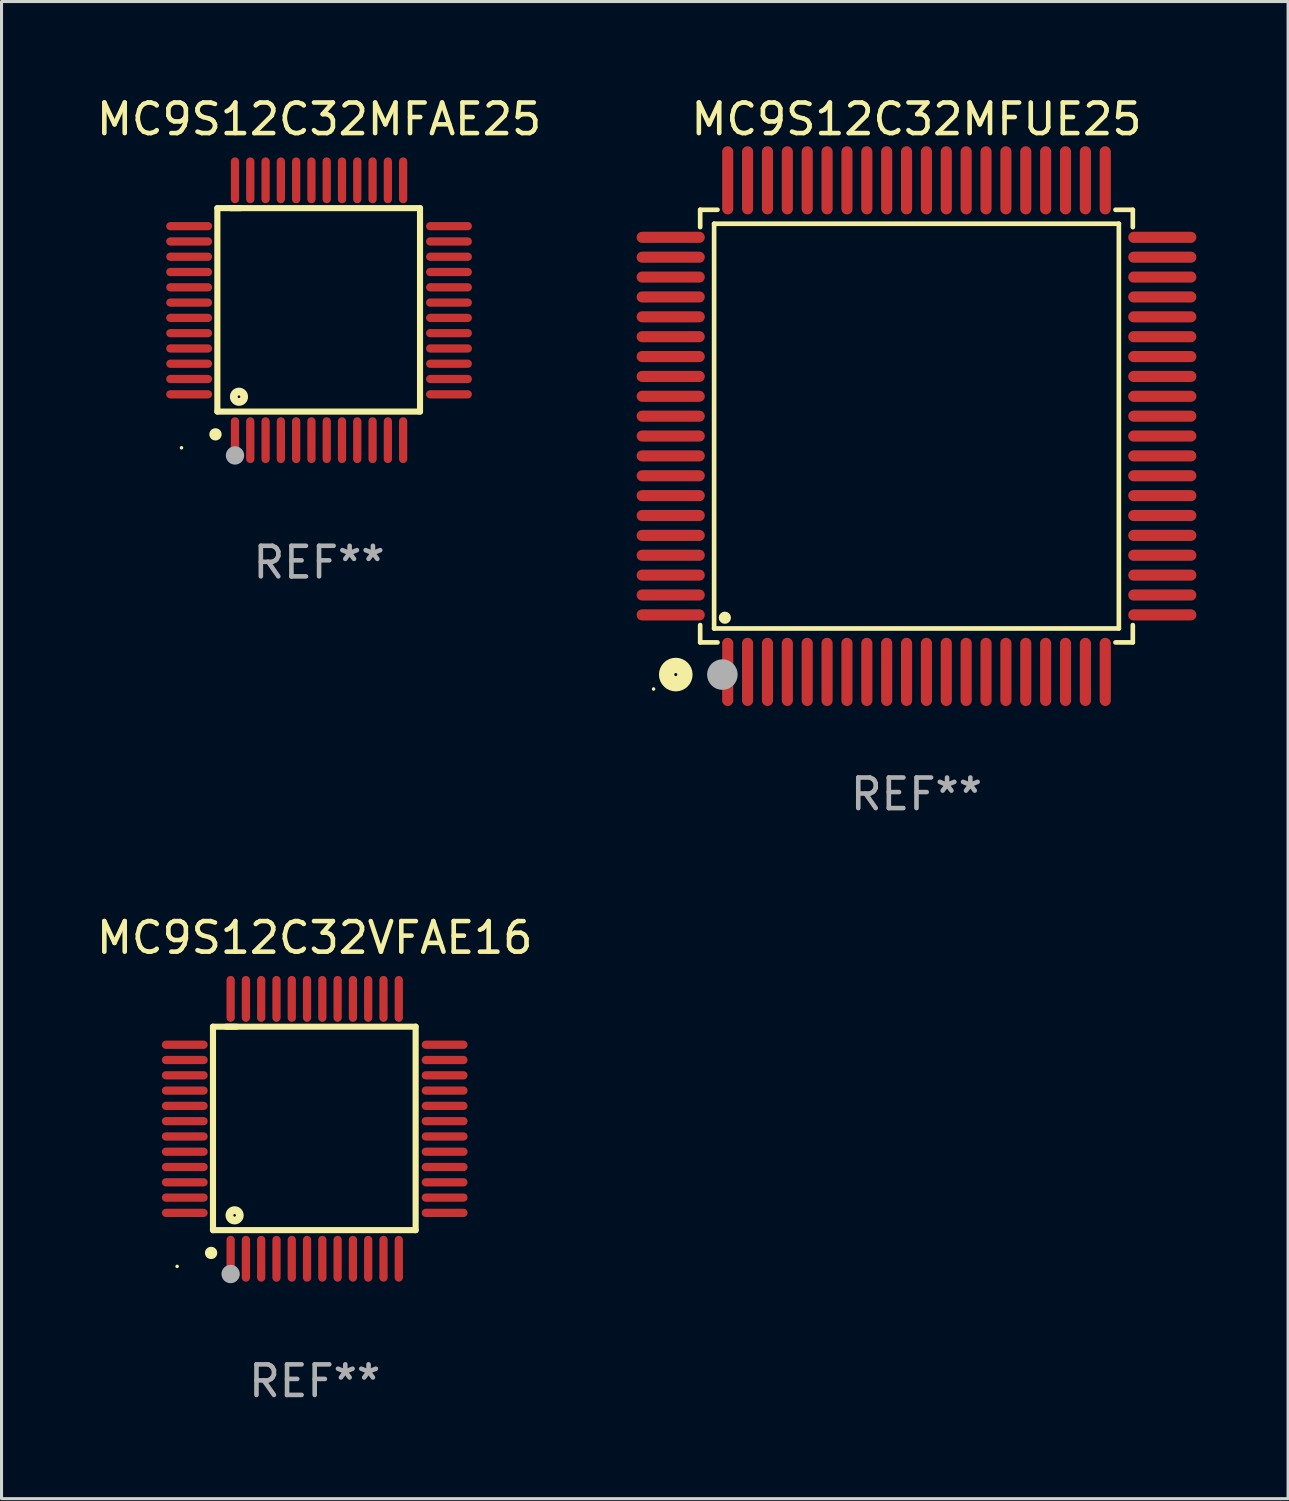
<source format=kicad_pcb>
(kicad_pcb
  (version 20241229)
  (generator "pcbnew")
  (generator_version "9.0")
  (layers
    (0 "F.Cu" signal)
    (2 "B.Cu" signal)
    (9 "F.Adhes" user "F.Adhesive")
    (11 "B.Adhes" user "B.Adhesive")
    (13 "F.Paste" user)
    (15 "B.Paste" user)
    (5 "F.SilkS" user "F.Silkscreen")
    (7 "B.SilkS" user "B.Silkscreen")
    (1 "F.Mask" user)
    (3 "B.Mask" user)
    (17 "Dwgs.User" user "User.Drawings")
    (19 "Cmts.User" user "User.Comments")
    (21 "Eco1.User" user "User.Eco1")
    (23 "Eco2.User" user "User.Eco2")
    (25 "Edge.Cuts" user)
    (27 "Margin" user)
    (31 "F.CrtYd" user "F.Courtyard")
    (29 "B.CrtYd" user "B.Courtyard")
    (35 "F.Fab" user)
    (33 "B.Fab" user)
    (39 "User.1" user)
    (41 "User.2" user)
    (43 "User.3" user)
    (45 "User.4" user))
  (footprint "MC9S12C32VFAE16"
    (layer "F.Cu")
    (at 7.244 33.874)
    (property "Reference" "MC9S12C32VFAE16" (at 0 -6.25 0) (layer "F.SilkS") (effects (font (size 1 1) (thickness 0.15))))
    (attr through_hole)
    (fp_line (start -3.327 -3.34) (end -2.565 -3.34) (stroke (width 0.2) (type solid)) (layer "F.SilkS"))
    (fp_line (start -3.327 3.315) (end -3.327 -3.34) (stroke (width 0.2) (type solid)) (layer "F.SilkS"))
    (fp_line (start -2.896 -3.34) (end 3.302 -3.34) (stroke (width 0.2) (type solid)) (layer "F.SilkS"))
    (fp_line (start 3.302 -3.34) (end 3.302 3.315) (stroke (width 0.2) (type solid)) (layer "F.SilkS"))
    (fp_line (start 3.302 3.315) (end -3.327 3.315) (stroke (width 0.2) (type solid)) (layer "F.SilkS"))
    (fp_arc (start -3.389992 4.059995) (mid -3.388722 4.059991) (end -3.387452 4.059995) (stroke (width 0.4) (type solid)) (layer "F.SilkS"))
    (fp_circle (center -4.5 4.5) (end -4.47 4.5) (stroke (width 0.06) (type solid)) (fill no) (layer "F.SilkS"))
    (fp_circle (center -2.62 2.83) (end -2.45 2.83) (stroke (width 0.254) (type solid)) (fill no) (layer "F.SilkS"))
    (fp_circle (center -2.75 4.75) (end -2.6 4.75) (stroke (width 0.3) (type solid)) (fill no) (layer "F.Fab"))
    (fp_text user "REF**" (at 0 8.25 0) (layer "F.Fab") (effects (font (size 1 1) (thickness 0.15))))
    (pad "1" smd oval (at -2.75 4.25) (size 0.27 1.5) (layers "F.Cu" "F.Mask" "F.Paste"))
    (pad "2" smd oval (at -2.25 4.25) (size 0.27 1.5) (layers "F.Cu" "F.Mask" "F.Paste"))
    (pad "3" smd oval (at -1.75 4.25) (size 0.27 1.5) (layers "F.Cu" "F.Mask" "F.Paste"))
    (pad "4" smd oval (at -1.25 4.25) (size 0.27 1.5) (layers "F.Cu" "F.Mask" "F.Paste"))
    (pad "5" smd oval (at -0.75 4.25) (size 0.27 1.5) (layers "F.Cu" "F.Mask" "F.Paste"))
    (pad "6" smd oval (at -0.25 4.25) (size 0.27 1.5) (layers "F.Cu" "F.Mask" "F.Paste"))
    (pad "7" smd oval (at 0.25 4.25) (size 0.27 1.5) (layers "F.Cu" "F.Mask" "F.Paste"))
    (pad "8" smd oval (at 0.75 4.25) (size 0.27 1.5) (layers "F.Cu" "F.Mask" "F.Paste"))
    (pad "9" smd oval (at 1.25 4.25) (size 0.27 1.5) (layers "F.Cu" "F.Mask" "F.Paste"))
    (pad "10" smd oval (at 1.75 4.25) (size 0.27 1.5) (layers "F.Cu" "F.Mask" "F.Paste"))
    (pad "11" smd oval (at 2.25 4.25) (size 0.27 1.5) (layers "F.Cu" "F.Mask" "F.Paste"))
    (pad "12" smd oval (at 2.75 4.25) (size 0.27 1.5) (layers "F.Cu" "F.Mask" "F.Paste"))
    (pad "13" smd oval (at 4.25 2.75) (size 1.5 0.27) (layers "F.Cu" "F.Mask" "F.Paste"))
    (pad "14" smd oval (at 4.25 2.25) (size 1.5 0.27) (layers "F.Cu" "F.Mask" "F.Paste"))
    (pad "15" smd oval (at 4.25 1.75) (size 1.5 0.27) (layers "F.Cu" "F.Mask" "F.Paste"))
    (pad "16" smd oval (at 4.25 1.25) (size 1.5 0.27) (layers "F.Cu" "F.Mask" "F.Paste"))
    (pad "17" smd oval (at 4.25 0.75) (size 1.5 0.27) (layers "F.Cu" "F.Mask" "F.Paste"))
    (pad "18" smd oval (at 4.25 0.25) (size 1.5 0.27) (layers "F.Cu" "F.Mask" "F.Paste"))
    (pad "19" smd oval (at 4.25 -0.25) (size 1.5 0.27) (layers "F.Cu" "F.Mask" "F.Paste"))
    (pad "20" smd oval (at 4.25 -0.75) (size 1.5 0.27) (layers "F.Cu" "F.Mask" "F.Paste"))
    (pad "21" smd oval (at 4.25 -1.25) (size 1.5 0.27) (layers "F.Cu" "F.Mask" "F.Paste"))
    (pad "22" smd oval (at 4.25 -1.75) (size 1.5 0.27) (layers "F.Cu" "F.Mask" "F.Paste"))
    (pad "23" smd oval (at 4.25 -2.25) (size 1.5 0.27) (layers "F.Cu" "F.Mask" "F.Paste"))
    (pad "24" smd oval (at 4.25 -2.75) (size 1.5 0.27) (layers "F.Cu" "F.Mask" "F.Paste"))
    (pad "25" smd oval (at 2.75 -4.25) (size 0.27 1.5) (layers "F.Cu" "F.Mask" "F.Paste"))
    (pad "26" smd oval (at 2.25 -4.25) (size 0.27 1.5) (layers "F.Cu" "F.Mask" "F.Paste"))
    (pad "27" smd oval (at 1.75 -4.25) (size 0.27 1.5) (layers "F.Cu" "F.Mask" "F.Paste"))
    (pad "28" smd oval (at 1.25 -4.25) (size 0.27 1.5) (layers "F.Cu" "F.Mask" "F.Paste"))
    (pad "29" smd oval (at 0.75 -4.25) (size 0.27 1.5) (layers "F.Cu" "F.Mask" "F.Paste"))
    (pad "30" smd oval (at 0.25 -4.25) (size 0.27 1.5) (layers "F.Cu" "F.Mask" "F.Paste"))
    (pad "31" smd oval (at -0.25 -4.25) (size 0.27 1.5) (layers "F.Cu" "F.Mask" "F.Paste"))
    (pad "32" smd oval (at -0.75 -4.25) (size 0.27 1.5) (layers "F.Cu" "F.Mask" "F.Paste"))
    (pad "33" smd oval (at -1.25 -4.25) (size 0.27 1.5) (layers "F.Cu" "F.Mask" "F.Paste"))
    (pad "34" smd oval (at -1.75 -4.25) (size 0.27 1.5) (layers "F.Cu" "F.Mask" "F.Paste"))
    (pad "35" smd oval (at -2.25 -4.25) (size 0.27 1.5) (layers "F.Cu" "F.Mask" "F.Paste"))
    (pad "36" smd oval (at -2.75 -4.25) (size 0.27 1.5) (layers "F.Cu" "F.Mask" "F.Paste"))
    (pad "37" smd oval (at -4.25 -2.75) (size 1.5 0.27) (layers "F.Cu" "F.Mask" "F.Paste"))
    (pad "38" smd oval (at -4.25 -2.25) (size 1.5 0.27) (layers "F.Cu" "F.Mask" "F.Paste"))
    (pad "39" smd oval (at -4.25 -1.75) (size 1.5 0.27) (layers "F.Cu" "F.Mask" "F.Paste"))
    (pad "40" smd oval (at -4.25 -1.25) (size 1.5 0.27) (layers "F.Cu" "F.Mask" "F.Paste"))
    (pad "41" smd oval (at -4.25 -0.75) (size 1.5 0.27) (layers "F.Cu" "F.Mask" "F.Paste"))
    (pad "42" smd oval (at -4.25 -0.25) (size 1.5 0.27) (layers "F.Cu" "F.Mask" "F.Paste"))
    (pad "43" smd oval (at -4.25 0.25) (size 1.5 0.27) (layers "F.Cu" "F.Mask" "F.Paste"))
    (pad "44" smd oval (at -4.25 0.75) (size 1.5 0.27) (layers "F.Cu" "F.Mask" "F.Paste"))
    (pad "45" smd oval (at -4.25 1.25) (size 1.5 0.27) (layers "F.Cu" "F.Mask" "F.Paste"))
    (pad "46" smd oval (at -4.25 1.75) (size 1.5 0.27) (layers "F.Cu" "F.Mask" "F.Paste"))
    (pad "47" smd oval (at -4.25 2.25) (size 1.5 0.27) (layers "F.Cu" "F.Mask" "F.Paste"))
    (pad "48" smd oval (at -4.25 2.75) (size 1.5 0.27) (layers "F.Cu" "F.Mask" "F.Paste")))
  (footprint "MC9S12C32MFUE25"
    (layer "F.Cu")
    (at 26.929 10.888)
    (property "Reference" "MC9S12C32MFUE25" (at 0 -10.04 0) (layer "F.SilkS") (effects (font (size 1 1) (thickness 0.15))))
    (attr through_hole)
    (fp_line (start -7.076 -7.076) (end -7.076 -6.509) (stroke (width 0.152) (type solid)) (layer "F.SilkS"))
    (fp_line (start -7.076 7.076) (end -7.076 6.509) (stroke (width 0.152) (type solid)) (layer "F.SilkS"))
    (fp_line (start -6.62 -6.62) (end 6.62 -6.62) (stroke (width 0.152) (type solid)) (layer "F.SilkS"))
    (fp_line (start -6.62 6.62) (end -6.62 -6.62) (stroke (width 0.152) (type solid)) (layer "F.SilkS"))
    (fp_line (start -6.509 -7.076) (end -7.076 -7.076) (stroke (width 0.152) (type solid)) (layer "F.SilkS"))
    (fp_line (start -6.509 7.076) (end -7.076 7.076) (stroke (width 0.152) (type solid)) (layer "F.SilkS"))
    (fp_line (start 6.509 -7.076) (end 7.076 -7.076) (stroke (width 0.152) (type solid)) (layer "F.SilkS"))
    (fp_line (start 6.509 7.076) (end 7.076 7.076) (stroke (width 0.152) (type solid)) (layer "F.SilkS"))
    (fp_line (start 6.62 -6.62) (end 6.62 6.62) (stroke (width 0.152) (type solid)) (layer "F.SilkS"))
    (fp_line (start 6.62 6.62) (end -6.62 6.62) (stroke (width 0.152) (type solid)) (layer "F.SilkS"))
    (fp_line (start 7.076 -7.076) (end 7.076 -6.509) (stroke (width 0.152) (type solid)) (layer "F.SilkS"))
    (fp_line (start 7.076 7.076) (end 7.076 6.509) (stroke (width 0.152) (type solid)) (layer "F.SilkS"))
    (fp_circle (center -8.6 8.6) (end -8.57 8.6) (stroke (width 0.06) (type solid)) (fill no) (layer "F.SilkS"))
    (fp_circle (center -7.874 8.128) (end -7.574 8.128) (stroke (width 0.5) (type solid)) (fill no) (layer "F.SilkS"))
    (fp_circle (center -6.268 6.268) (end -6.168 6.268) (stroke (width 0.2) (type solid)) (fill no) (layer "F.SilkS"))
    (fp_circle (center -6.35 8.128) (end -6.1 8.128) (stroke (width 0.5) (type solid)) (fill no) (layer "F.Fab"))
    (fp_text user "REF**" (at 0 12.04 0) (layer "F.Fab") (effects (font (size 1 1) (thickness 0.15))))
    (pad "1" smd oval (at -6.175 8.04) (size 0.364 2.23) (layers "F.Cu" "F.Mask" "F.Paste"))
    (pad "2" smd oval (at -5.525 8.04) (size 0.364 2.23) (layers "F.Cu" "F.Mask" "F.Paste"))
    (pad "3" smd oval (at -4.875 8.04) (size 0.364 2.23) (layers "F.Cu" "F.Mask" "F.Paste"))
    (pad "4" smd oval (at -4.225 8.04) (size 0.364 2.23) (layers "F.Cu" "F.Mask" "F.Paste"))
    (pad "5" smd oval (at -3.575 8.04) (size 0.364 2.23) (layers "F.Cu" "F.Mask" "F.Paste"))
    (pad "6" smd oval (at -2.925 8.04) (size 0.364 2.23) (layers "F.Cu" "F.Mask" "F.Paste"))
    (pad "7" smd oval (at -2.275 8.04) (size 0.364 2.23) (layers "F.Cu" "F.Mask" "F.Paste"))
    (pad "8" smd oval (at -1.625 8.04) (size 0.364 2.23) (layers "F.Cu" "F.Mask" "F.Paste"))
    (pad "9" smd oval (at -0.975 8.04) (size 0.364 2.23) (layers "F.Cu" "F.Mask" "F.Paste"))
    (pad "10" smd oval (at -0.325 8.04) (size 0.364 2.23) (layers "F.Cu" "F.Mask" "F.Paste"))
    (pad "11" smd oval (at 0.325 8.04) (size 0.364 2.23) (layers "F.Cu" "F.Mask" "F.Paste"))
    (pad "12" smd oval (at 0.975 8.04) (size 0.364 2.23) (layers "F.Cu" "F.Mask" "F.Paste"))
    (pad "13" smd oval (at 1.625 8.04) (size 0.364 2.23) (layers "F.Cu" "F.Mask" "F.Paste"))
    (pad "14" smd oval (at 2.275 8.04) (size 0.364 2.23) (layers "F.Cu" "F.Mask" "F.Paste"))
    (pad "15" smd oval (at 2.925 8.04) (size 0.364 2.23) (layers "F.Cu" "F.Mask" "F.Paste"))
    (pad "16" smd oval (at 3.575 8.04) (size 0.364 2.23) (layers "F.Cu" "F.Mask" "F.Paste"))
    (pad "17" smd oval (at 4.225 8.04) (size 0.364 2.23) (layers "F.Cu" "F.Mask" "F.Paste"))
    (pad "18" smd oval (at 4.875 8.04) (size 0.364 2.23) (layers "F.Cu" "F.Mask" "F.Paste"))
    (pad "19" smd oval (at 5.525 8.04) (size 0.364 2.23) (layers "F.Cu" "F.Mask" "F.Paste"))
    (pad "20" smd oval (at 6.175 8.04) (size 0.364 2.23) (layers "F.Cu" "F.Mask" "F.Paste"))
    (pad "21" smd oval (at 8.04 6.175) (size 2.23 0.364) (layers "F.Cu" "F.Mask" "F.Paste"))
    (pad "22" smd oval (at 8.04 5.525) (size 2.23 0.364) (layers "F.Cu" "F.Mask" "F.Paste"))
    (pad "23" smd oval (at 8.04 4.875) (size 2.23 0.364) (layers "F.Cu" "F.Mask" "F.Paste"))
    (pad "24" smd oval (at 8.04 4.225) (size 2.23 0.364) (layers "F.Cu" "F.Mask" "F.Paste"))
    (pad "25" smd oval (at 8.04 3.575) (size 2.23 0.364) (layers "F.Cu" "F.Mask" "F.Paste"))
    (pad "26" smd oval (at 8.04 2.925) (size 2.23 0.364) (layers "F.Cu" "F.Mask" "F.Paste"))
    (pad "27" smd oval (at 8.04 2.275) (size 2.23 0.364) (layers "F.Cu" "F.Mask" "F.Paste"))
    (pad "28" smd oval (at 8.04 1.625) (size 2.23 0.364) (layers "F.Cu" "F.Mask" "F.Paste"))
    (pad "29" smd oval (at 8.04 0.975) (size 2.23 0.364) (layers "F.Cu" "F.Mask" "F.Paste"))
    (pad "30" smd oval (at 8.04 0.325) (size 2.23 0.364) (layers "F.Cu" "F.Mask" "F.Paste"))
    (pad "31" smd oval (at 8.04 -0.325) (size 2.23 0.364) (layers "F.Cu" "F.Mask" "F.Paste"))
    (pad "32" smd oval (at 8.04 -0.975) (size 2.23 0.364) (layers "F.Cu" "F.Mask" "F.Paste"))
    (pad "33" smd oval (at 8.04 -1.625) (size 2.23 0.364) (layers "F.Cu" "F.Mask" "F.Paste"))
    (pad "34" smd oval (at 8.04 -2.275) (size 2.23 0.364) (layers "F.Cu" "F.Mask" "F.Paste"))
    (pad "35" smd oval (at 8.04 -2.925) (size 2.23 0.364) (layers "F.Cu" "F.Mask" "F.Paste"))
    (pad "36" smd oval (at 8.04 -3.575) (size 2.23 0.364) (layers "F.Cu" "F.Mask" "F.Paste"))
    (pad "37" smd oval (at 8.04 -4.225) (size 2.23 0.364) (layers "F.Cu" "F.Mask" "F.Paste"))
    (pad "38" smd oval (at 8.04 -4.875) (size 2.23 0.364) (layers "F.Cu" "F.Mask" "F.Paste"))
    (pad "39" smd oval (at 8.04 -5.525) (size 2.23 0.364) (layers "F.Cu" "F.Mask" "F.Paste"))
    (pad "40" smd oval (at 8.04 -6.175) (size 2.23 0.364) (layers "F.Cu" "F.Mask" "F.Paste"))
    (pad "41" smd oval (at 6.175 -8.04) (size 0.364 2.23) (layers "F.Cu" "F.Mask" "F.Paste"))
    (pad "42" smd oval (at 5.525 -8.04) (size 0.364 2.23) (layers "F.Cu" "F.Mask" "F.Paste"))
    (pad "43" smd oval (at 4.875 -8.04) (size 0.364 2.23) (layers "F.Cu" "F.Mask" "F.Paste"))
    (pad "44" smd oval (at 4.225 -8.04) (size 0.364 2.23) (layers "F.Cu" "F.Mask" "F.Paste"))
    (pad "45" smd oval (at 3.575 -8.04) (size 0.364 2.23) (layers "F.Cu" "F.Mask" "F.Paste"))
    (pad "46" smd oval (at 2.925 -8.04) (size 0.364 2.23) (layers "F.Cu" "F.Mask" "F.Paste"))
    (pad "47" smd oval (at 2.275 -8.04) (size 0.364 2.23) (layers "F.Cu" "F.Mask" "F.Paste"))
    (pad "48" smd oval (at 1.625 -8.04) (size 0.364 2.23) (layers "F.Cu" "F.Mask" "F.Paste"))
    (pad "49" smd oval (at 0.975 -8.04) (size 0.364 2.23) (layers "F.Cu" "F.Mask" "F.Paste"))
    (pad "50" smd oval (at 0.325 -8.04) (size 0.364 2.23) (layers "F.Cu" "F.Mask" "F.Paste"))
    (pad "51" smd oval (at -0.325 -8.04) (size 0.364 2.23) (layers "F.Cu" "F.Mask" "F.Paste"))
    (pad "52" smd oval (at -0.975 -8.04) (size 0.364 2.23) (layers "F.Cu" "F.Mask" "F.Paste"))
    (pad "53" smd oval (at -1.625 -8.04) (size 0.364 2.23) (layers "F.Cu" "F.Mask" "F.Paste"))
    (pad "54" smd oval (at -2.275 -8.04) (size 0.364 2.23) (layers "F.Cu" "F.Mask" "F.Paste"))
    (pad "55" smd oval (at -2.925 -8.04) (size 0.364 2.23) (layers "F.Cu" "F.Mask" "F.Paste"))
    (pad "56" smd oval (at -3.575 -8.04) (size 0.364 2.23) (layers "F.Cu" "F.Mask" "F.Paste"))
    (pad "57" smd oval (at -4.225 -8.04) (size 0.364 2.23) (layers "F.Cu" "F.Mask" "F.Paste"))
    (pad "58" smd oval (at -4.875 -8.04) (size 0.364 2.23) (layers "F.Cu" "F.Mask" "F.Paste"))
    (pad "59" smd oval (at -5.525 -8.04) (size 0.364 2.23) (layers "F.Cu" "F.Mask" "F.Paste"))
    (pad "60" smd oval (at -6.175 -8.04) (size 0.364 2.23) (layers "F.Cu" "F.Mask" "F.Paste"))
    (pad "61" smd oval (at -8.04 -6.175) (size 2.23 0.364) (layers "F.Cu" "F.Mask" "F.Paste"))
    (pad "62" smd oval (at -8.04 -5.525) (size 2.23 0.364) (layers "F.Cu" "F.Mask" "F.Paste"))
    (pad "63" smd oval (at -8.04 -4.875) (size 2.23 0.364) (layers "F.Cu" "F.Mask" "F.Paste"))
    (pad "64" smd oval (at -8.04 -4.225) (size 2.23 0.364) (layers "F.Cu" "F.Mask" "F.Paste"))
    (pad "65" smd oval (at -8.04 -3.575) (size 2.23 0.364) (layers "F.Cu" "F.Mask" "F.Paste"))
    (pad "66" smd oval (at -8.04 -2.925) (size 2.23 0.364) (layers "F.Cu" "F.Mask" "F.Paste"))
    (pad "67" smd oval (at -8.04 -2.275) (size 2.23 0.364) (layers "F.Cu" "F.Mask" "F.Paste"))
    (pad "68" smd oval (at -8.04 -1.625) (size 2.23 0.364) (layers "F.Cu" "F.Mask" "F.Paste"))
    (pad "69" smd oval (at -8.04 -0.975) (size 2.23 0.364) (layers "F.Cu" "F.Mask" "F.Paste"))
    (pad "70" smd oval (at -8.04 -0.325) (size 2.23 0.364) (layers "F.Cu" "F.Mask" "F.Paste"))
    (pad "71" smd oval (at -8.04 0.325) (size 2.23 0.364) (layers "F.Cu" "F.Mask" "F.Paste"))
    (pad "72" smd oval (at -8.04 0.975) (size 2.23 0.364) (layers "F.Cu" "F.Mask" "F.Paste"))
    (pad "73" smd oval (at -8.04 1.625) (size 2.23 0.364) (layers "F.Cu" "F.Mask" "F.Paste"))
    (pad "74" smd oval (at -8.04 2.275) (size 2.23 0.364) (layers "F.Cu" "F.Mask" "F.Paste"))
    (pad "75" smd oval (at -8.04 2.925) (size 2.23 0.364) (layers "F.Cu" "F.Mask" "F.Paste"))
    (pad "76" smd oval (at -8.04 3.575) (size 2.23 0.364) (layers "F.Cu" "F.Mask" "F.Paste"))
    (pad "77" smd oval (at -8.04 4.225) (size 2.23 0.364) (layers "F.Cu" "F.Mask" "F.Paste"))
    (pad "78" smd oval (at -8.04 4.875) (size 2.23 0.364) (layers "F.Cu" "F.Mask" "F.Paste"))
    (pad "79" smd oval (at -8.04 5.525) (size 2.23 0.364) (layers "F.Cu" "F.Mask" "F.Paste"))
    (pad "80" smd oval (at -8.04 6.175) (size 2.23 0.364) (layers "F.Cu" "F.Mask" "F.Paste")))
  (footprint "MC9S12C32MFAE25"
    (layer "F.Cu")
    (at 7.387 7.098)
    (property "Reference" "MC9S12C32MFAE25" (at 0 -6.25 0) (layer "F.SilkS") (effects (font (size 1 1) (thickness 0.15))))
    (attr through_hole)
    (fp_line (start -3.327 -3.34) (end -2.565 -3.34) (stroke (width 0.2) (type solid)) (layer "F.SilkS"))
    (fp_line (start -3.327 3.315) (end -3.327 -3.34) (stroke (width 0.2) (type solid)) (layer "F.SilkS"))
    (fp_line (start -2.896 -3.34) (end 3.302 -3.34) (stroke (width 0.2) (type solid)) (layer "F.SilkS"))
    (fp_line (start 3.302 -3.34) (end 3.302 3.315) (stroke (width 0.2) (type solid)) (layer "F.SilkS"))
    (fp_line (start 3.302 3.315) (end -3.327 3.315) (stroke (width 0.2) (type solid)) (layer "F.SilkS"))
    (fp_arc (start -3.389992 4.059995) (mid -3.388722 4.059991) (end -3.387452 4.059995) (stroke (width 0.4) (type solid)) (layer "F.SilkS"))
    (fp_circle (center -4.5 4.5) (end -4.47 4.5) (stroke (width 0.06) (type solid)) (fill no) (layer "F.SilkS"))
    (fp_circle (center -2.62 2.83) (end -2.45 2.83) (stroke (width 0.254) (type solid)) (fill no) (layer "F.SilkS"))
    (fp_circle (center -2.75 4.75) (end -2.6 4.75) (stroke (width 0.3) (type solid)) (fill no) (layer "F.Fab"))
    (fp_text user "REF**" (at 0 8.25 0) (layer "F.Fab") (effects (font (size 1 1) (thickness 0.15))))
    (pad "1" smd oval (at -2.75 4.25) (size 0.27 1.5) (layers "F.Cu" "F.Mask" "F.Paste"))
    (pad "2" smd oval (at -2.25 4.25) (size 0.27 1.5) (layers "F.Cu" "F.Mask" "F.Paste"))
    (pad "3" smd oval (at -1.75 4.25) (size 0.27 1.5) (layers "F.Cu" "F.Mask" "F.Paste"))
    (pad "4" smd oval (at -1.25 4.25) (size 0.27 1.5) (layers "F.Cu" "F.Mask" "F.Paste"))
    (pad "5" smd oval (at -0.75 4.25) (size 0.27 1.5) (layers "F.Cu" "F.Mask" "F.Paste"))
    (pad "6" smd oval (at -0.25 4.25) (size 0.27 1.5) (layers "F.Cu" "F.Mask" "F.Paste"))
    (pad "7" smd oval (at 0.25 4.25) (size 0.27 1.5) (layers "F.Cu" "F.Mask" "F.Paste"))
    (pad "8" smd oval (at 0.75 4.25) (size 0.27 1.5) (layers "F.Cu" "F.Mask" "F.Paste"))
    (pad "9" smd oval (at 1.25 4.25) (size 0.27 1.5) (layers "F.Cu" "F.Mask" "F.Paste"))
    (pad "10" smd oval (at 1.75 4.25) (size 0.27 1.5) (layers "F.Cu" "F.Mask" "F.Paste"))
    (pad "11" smd oval (at 2.25 4.25) (size 0.27 1.5) (layers "F.Cu" "F.Mask" "F.Paste"))
    (pad "12" smd oval (at 2.75 4.25) (size 0.27 1.5) (layers "F.Cu" "F.Mask" "F.Paste"))
    (pad "13" smd oval (at 4.25 2.75) (size 1.5 0.27) (layers "F.Cu" "F.Mask" "F.Paste"))
    (pad "14" smd oval (at 4.25 2.25) (size 1.5 0.27) (layers "F.Cu" "F.Mask" "F.Paste"))
    (pad "15" smd oval (at 4.25 1.75) (size 1.5 0.27) (layers "F.Cu" "F.Mask" "F.Paste"))
    (pad "16" smd oval (at 4.25 1.25) (size 1.5 0.27) (layers "F.Cu" "F.Mask" "F.Paste"))
    (pad "17" smd oval (at 4.25 0.75) (size 1.5 0.27) (layers "F.Cu" "F.Mask" "F.Paste"))
    (pad "18" smd oval (at 4.25 0.25) (size 1.5 0.27) (layers "F.Cu" "F.Mask" "F.Paste"))
    (pad "19" smd oval (at 4.25 -0.25) (size 1.5 0.27) (layers "F.Cu" "F.Mask" "F.Paste"))
    (pad "20" smd oval (at 4.25 -0.75) (size 1.5 0.27) (layers "F.Cu" "F.Mask" "F.Paste"))
    (pad "21" smd oval (at 4.25 -1.25) (size 1.5 0.27) (layers "F.Cu" "F.Mask" "F.Paste"))
    (pad "22" smd oval (at 4.25 -1.75) (size 1.5 0.27) (layers "F.Cu" "F.Mask" "F.Paste"))
    (pad "23" smd oval (at 4.25 -2.25) (size 1.5 0.27) (layers "F.Cu" "F.Mask" "F.Paste"))
    (pad "24" smd oval (at 4.25 -2.75) (size 1.5 0.27) (layers "F.Cu" "F.Mask" "F.Paste"))
    (pad "25" smd oval (at 2.75 -4.25) (size 0.27 1.5) (layers "F.Cu" "F.Mask" "F.Paste"))
    (pad "26" smd oval (at 2.25 -4.25) (size 0.27 1.5) (layers "F.Cu" "F.Mask" "F.Paste"))
    (pad "27" smd oval (at 1.75 -4.25) (size 0.27 1.5) (layers "F.Cu" "F.Mask" "F.Paste"))
    (pad "28" smd oval (at 1.25 -4.25) (size 0.27 1.5) (layers "F.Cu" "F.Mask" "F.Paste"))
    (pad "29" smd oval (at 0.75 -4.25) (size 0.27 1.5) (layers "F.Cu" "F.Mask" "F.Paste"))
    (pad "30" smd oval (at 0.25 -4.25) (size 0.27 1.5) (layers "F.Cu" "F.Mask" "F.Paste"))
    (pad "31" smd oval (at -0.25 -4.25) (size 0.27 1.5) (layers "F.Cu" "F.Mask" "F.Paste"))
    (pad "32" smd oval (at -0.75 -4.25) (size 0.27 1.5) (layers "F.Cu" "F.Mask" "F.Paste"))
    (pad "33" smd oval (at -1.25 -4.25) (size 0.27 1.5) (layers "F.Cu" "F.Mask" "F.Paste"))
    (pad "34" smd oval (at -1.75 -4.25) (size 0.27 1.5) (layers "F.Cu" "F.Mask" "F.Paste"))
    (pad "35" smd oval (at -2.25 -4.25) (size 0.27 1.5) (layers "F.Cu" "F.Mask" "F.Paste"))
    (pad "36" smd oval (at -2.75 -4.25) (size 0.27 1.5) (layers "F.Cu" "F.Mask" "F.Paste"))
    (pad "37" smd oval (at -4.25 -2.75) (size 1.5 0.27) (layers "F.Cu" "F.Mask" "F.Paste"))
    (pad "38" smd oval (at -4.25 -2.25) (size 1.5 0.27) (layers "F.Cu" "F.Mask" "F.Paste"))
    (pad "39" smd oval (at -4.25 -1.75) (size 1.5 0.27) (layers "F.Cu" "F.Mask" "F.Paste"))
    (pad "40" smd oval (at -4.25 -1.25) (size 1.5 0.27) (layers "F.Cu" "F.Mask" "F.Paste"))
    (pad "41" smd oval (at -4.25 -0.75) (size 1.5 0.27) (layers "F.Cu" "F.Mask" "F.Paste"))
    (pad "42" smd oval (at -4.25 -0.25) (size 1.5 0.27) (layers "F.Cu" "F.Mask" "F.Paste"))
    (pad "43" smd oval (at -4.25 0.25) (size 1.5 0.27) (layers "F.Cu" "F.Mask" "F.Paste"))
    (pad "44" smd oval (at -4.25 0.75) (size 1.5 0.27) (layers "F.Cu" "F.Mask" "F.Paste"))
    (pad "45" smd oval (at -4.25 1.25) (size 1.5 0.27) (layers "F.Cu" "F.Mask" "F.Paste"))
    (pad "46" smd oval (at -4.25 1.75) (size 1.5 0.27) (layers "F.Cu" "F.Mask" "F.Paste"))
    (pad "47" smd oval (at -4.25 2.25) (size 1.5 0.27) (layers "F.Cu" "F.Mask" "F.Paste"))
    (pad "48" smd oval (at -4.25 2.75) (size 1.5 0.27) (layers "F.Cu" "F.Mask" "F.Paste")))
  (gr_rect
    (start -3 -3)
    (end 39.084 45.973)
    (stroke (width 0.1) (type default))
    (fill no)
    (layer "Edge.Cuts")))
</source>
